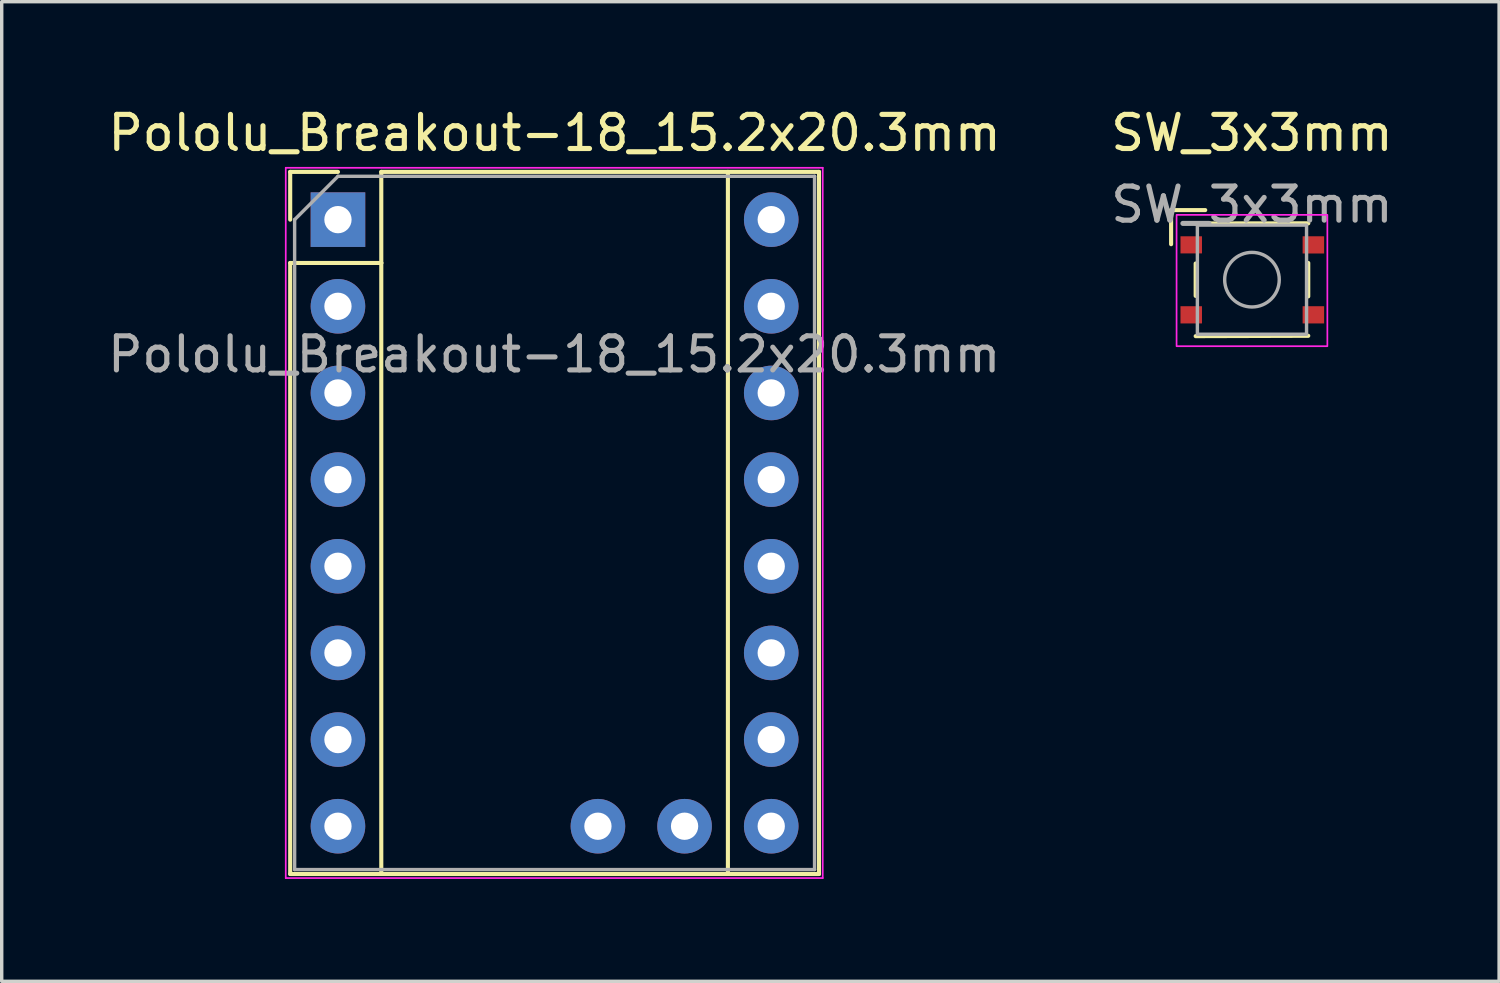
<source format=kicad_pcb>
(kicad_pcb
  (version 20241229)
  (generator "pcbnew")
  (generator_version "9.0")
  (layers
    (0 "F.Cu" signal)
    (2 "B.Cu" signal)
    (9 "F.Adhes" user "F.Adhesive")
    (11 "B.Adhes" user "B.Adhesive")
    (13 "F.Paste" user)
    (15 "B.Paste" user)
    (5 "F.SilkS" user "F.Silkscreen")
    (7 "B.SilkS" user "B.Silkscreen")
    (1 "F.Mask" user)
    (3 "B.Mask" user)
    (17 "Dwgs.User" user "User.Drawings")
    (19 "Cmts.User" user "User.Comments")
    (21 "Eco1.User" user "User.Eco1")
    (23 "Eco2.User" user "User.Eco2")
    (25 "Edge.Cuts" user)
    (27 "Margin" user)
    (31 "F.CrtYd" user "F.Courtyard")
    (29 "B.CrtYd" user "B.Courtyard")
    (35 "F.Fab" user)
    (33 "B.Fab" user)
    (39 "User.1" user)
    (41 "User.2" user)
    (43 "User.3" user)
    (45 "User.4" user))
  (footprint "Pololu_Breakout-18_15.2x20.3mm"
    (layer "F.Cu")
    (at 6.856 3.388)
    (property "Reference" "Pololu_Breakout-18_15.2x20.3mm" (at 6.35 -2.54 0) (layer "F.SilkS") (effects (font (size 1 1) (thickness 0.15))))
    (attr through_hole)
    (fp_line (start -1.4 -1.4) (end -1.4 0) (stroke (width 0.12) (type solid)) (layer "F.SilkS"))
    (fp_line (start -1.4 1.27) (end -1.4 19.18) (stroke (width 0.12) (type solid)) (layer "F.SilkS"))
    (fp_line (start -1.4 19.18) (end 14.1 19.18) (stroke (width 0.12) (type solid)) (layer "F.SilkS"))
    (fp_line (start 0 -1.4) (end -1.4 -1.4) (stroke (width 0.12) (type solid)) (layer "F.SilkS"))
    (fp_line (start 1.27 -1.4) (end 1.27 1.27) (stroke (width 0.12) (type solid)) (layer "F.SilkS"))
    (fp_line (start 1.27 1.27) (end -1.4 1.27) (stroke (width 0.12) (type solid)) (layer "F.SilkS"))
    (fp_line (start 1.27 1.27) (end 1.27 19.18) (stroke (width 0.12) (type solid)) (layer "F.SilkS"))
    (fp_line (start 11.43 -1.4) (end 11.43 19.18) (stroke (width 0.12) (type solid)) (layer "F.SilkS"))
    (fp_line (start 14.1 -1.4) (end 1.27 -1.4) (stroke (width 0.12) (type solid)) (layer "F.SilkS"))
    (fp_line (start 14.1 19.18) (end 14.1 -1.4) (stroke (width 0.12) (type solid)) (layer "F.SilkS"))
    (fp_line (start -1.53 -1.52) (end -1.53 19.3) (stroke (width 0.05) (type solid)) (layer "F.CrtYd"))
    (fp_line (start -1.53 -1.52) (end 14.21 -1.52) (stroke (width 0.05) (type solid)) (layer "F.CrtYd"))
    (fp_line (start 14.21 19.3) (end -1.53 19.3) (stroke (width 0.05) (type solid)) (layer "F.CrtYd"))
    (fp_line (start 14.21 19.3) (end 14.21 -1.52) (stroke (width 0.05) (type solid)) (layer "F.CrtYd"))
    (fp_line (start -1.27 0) (end 0 -1.27) (stroke (width 0.1) (type solid)) (layer "F.Fab"))
    (fp_line (start -1.27 19.05) (end -1.27 0) (stroke (width 0.1) (type solid)) (layer "F.Fab"))
    (fp_line (start 0 -1.27) (end 13.97 -1.27) (stroke (width 0.1) (type solid)) (layer "F.Fab"))
    (fp_line (start 13.97 -1.27) (end 13.97 19.05) (stroke (width 0.1) (type solid)) (layer "F.Fab"))
    (fp_line (start 13.97 19.05) (end -1.27 19.05) (stroke (width 0.1) (type solid)) (layer "F.Fab"))
    (fp_text user "${REFERENCE}" (at 6.34 3.95 0) (layer "F.Fab") (effects (font (size 1 1) (thickness 0.15))))
    (pad "1" thru_hole rect (at 0 0) (size 1.6 1.6) (drill 0.8) (layers "*.Cu" "*.Mask"))
    (pad "2" thru_hole oval (at 0 2.54) (size 1.6 1.6) (drill 0.8) (layers "*.Cu" "*.Mask"))
    (pad "3" thru_hole oval (at 0 5.08) (size 1.6 1.6) (drill 0.8) (layers "*.Cu" "*.Mask"))
    (pad "4" thru_hole oval (at 0 7.62) (size 1.6 1.6) (drill 0.8) (layers "*.Cu" "*.Mask"))
    (pad "5" thru_hole oval (at 0 10.16) (size 1.6 1.6) (drill 0.8) (layers "*.Cu" "*.Mask"))
    (pad "6" thru_hole oval (at 0 12.7) (size 1.6 1.6) (drill 0.8) (layers "*.Cu" "*.Mask"))
    (pad "7" thru_hole oval (at 0 15.24) (size 1.6 1.6) (drill 0.8) (layers "*.Cu" "*.Mask"))
    (pad "8" thru_hole oval (at 0 17.78) (size 1.6 1.6) (drill 0.8) (layers "*.Cu" "*.Mask"))
    (pad "9" thru_hole oval (at 12.7 17.78) (size 1.6 1.6) (drill 0.8) (layers "*.Cu" "*.Mask"))
    (pad "10" thru_hole oval (at 12.7 15.24) (size 1.6 1.6) (drill 0.8) (layers "*.Cu" "*.Mask"))
    (pad "11" thru_hole oval (at 12.7 12.7) (size 1.6 1.6) (drill 0.8) (layers "*.Cu" "*.Mask"))
    (pad "12" thru_hole oval (at 12.7 10.16) (size 1.6 1.6) (drill 0.8) (layers "*.Cu" "*.Mask"))
    (pad "13" thru_hole oval (at 12.7 7.62) (size 1.6 1.6) (drill 0.8) (layers "*.Cu" "*.Mask"))
    (pad "14" thru_hole oval (at 12.7 5.08) (size 1.6 1.6) (drill 0.8) (layers "*.Cu" "*.Mask"))
    (pad "15" thru_hole oval (at 12.7 2.54) (size 1.6 1.6) (drill 0.8) (layers "*.Cu" "*.Mask"))
    (pad "16" thru_hole oval (at 12.7 0) (size 1.6 1.6) (drill 0.8) (layers "*.Cu" "*.Mask"))
    (pad "17" thru_hole oval (at 10.16 17.78) (size 1.6 1.6) (drill 0.8) (layers "*.Cu" "*.Mask"))
    (pad "18" thru_hole oval (at 7.62 17.78) (size 1.6 1.6) (drill 0.8) (layers "*.Cu" "*.Mask")))
  (footprint "SW_3x3mm"
    (layer "F.Cu")
    (at 33.647 5.148)
    (property "Reference" "SW_3x3mm" (at 0 -4.3 0) (layer "F.SilkS") (effects (font (size 1 1) (thickness 0.15))))
    (attr smd)
    (fp_line (start -2.37 -2.04) (end -1.37 -2.04) (stroke (width 0.12) (type solid)) (layer "F.SilkS"))
    (fp_line (start -2.37 -1.04) (end -2.37 -2.04) (stroke (width 0.12) (type solid)) (layer "F.SilkS"))
    (fp_line (start -1.65 -0.475) (end -1.65 0.475) (stroke (width 0.12) (type solid)) (layer "F.SilkS"))
    (fp_line (start 1.65 -0.49) (end 1.65 0.49) (stroke (width 0.12) (type solid)) (layer "F.SilkS"))
    (fp_line (start 1.65 1.645) (end -1.65 1.655) (stroke (width 0.12) (type solid)) (layer "F.SilkS"))
    (fp_line (start 1.651 -1.652) (end -1.651 -1.648) (stroke (width 0.12) (type solid)) (layer "F.SilkS"))
    (fp_rect (start -2.21 -1.9) (end 2.21 1.95) (stroke (width 0.05) (type default)) (fill no) (layer "F.CrtYd"))
    (fp_rect (start -1.6 -1.6) (end 1.6 1.6) (stroke (width 0.1) (type solid)) (fill no) (layer "F.Fab"))
    (fp_circle (center 0 0) (end 0.8 0) (stroke (width 0.1) (type solid)) (fill no) (layer "F.Fab"))
    (fp_text user "${REFERENCE}" (at 0 -2.2 0) (layer "F.Fab") (effects (font (size 1 1) (thickness 0.15))))
    (pad "1" smd rect (at -1.78 -1.021 180) (size 0.63 0.502) (layers "F.Cu" "F.Mask" "F.Paste"))
    (pad "1" smd rect (at 1.8 -1.02 180) (size 0.63 0.505) (layers "F.Cu" "F.Mask" "F.Paste"))
    (pad "2" smd rect (at -1.78 1.03 180) (size 0.63 0.505) (layers "F.Cu" "F.Mask" "F.Paste"))
    (pad "2" smd rect (at 1.8 1.03 180) (size 0.63 0.505) (layers "F.Cu" "F.Mask" "F.Paste")))
  (gr_rect
    (start -3 -3)
    (end 40.891 25.713)
    (stroke (width 0.1) (type default))
    (fill no)
    (layer "Edge.Cuts")))
</source>
